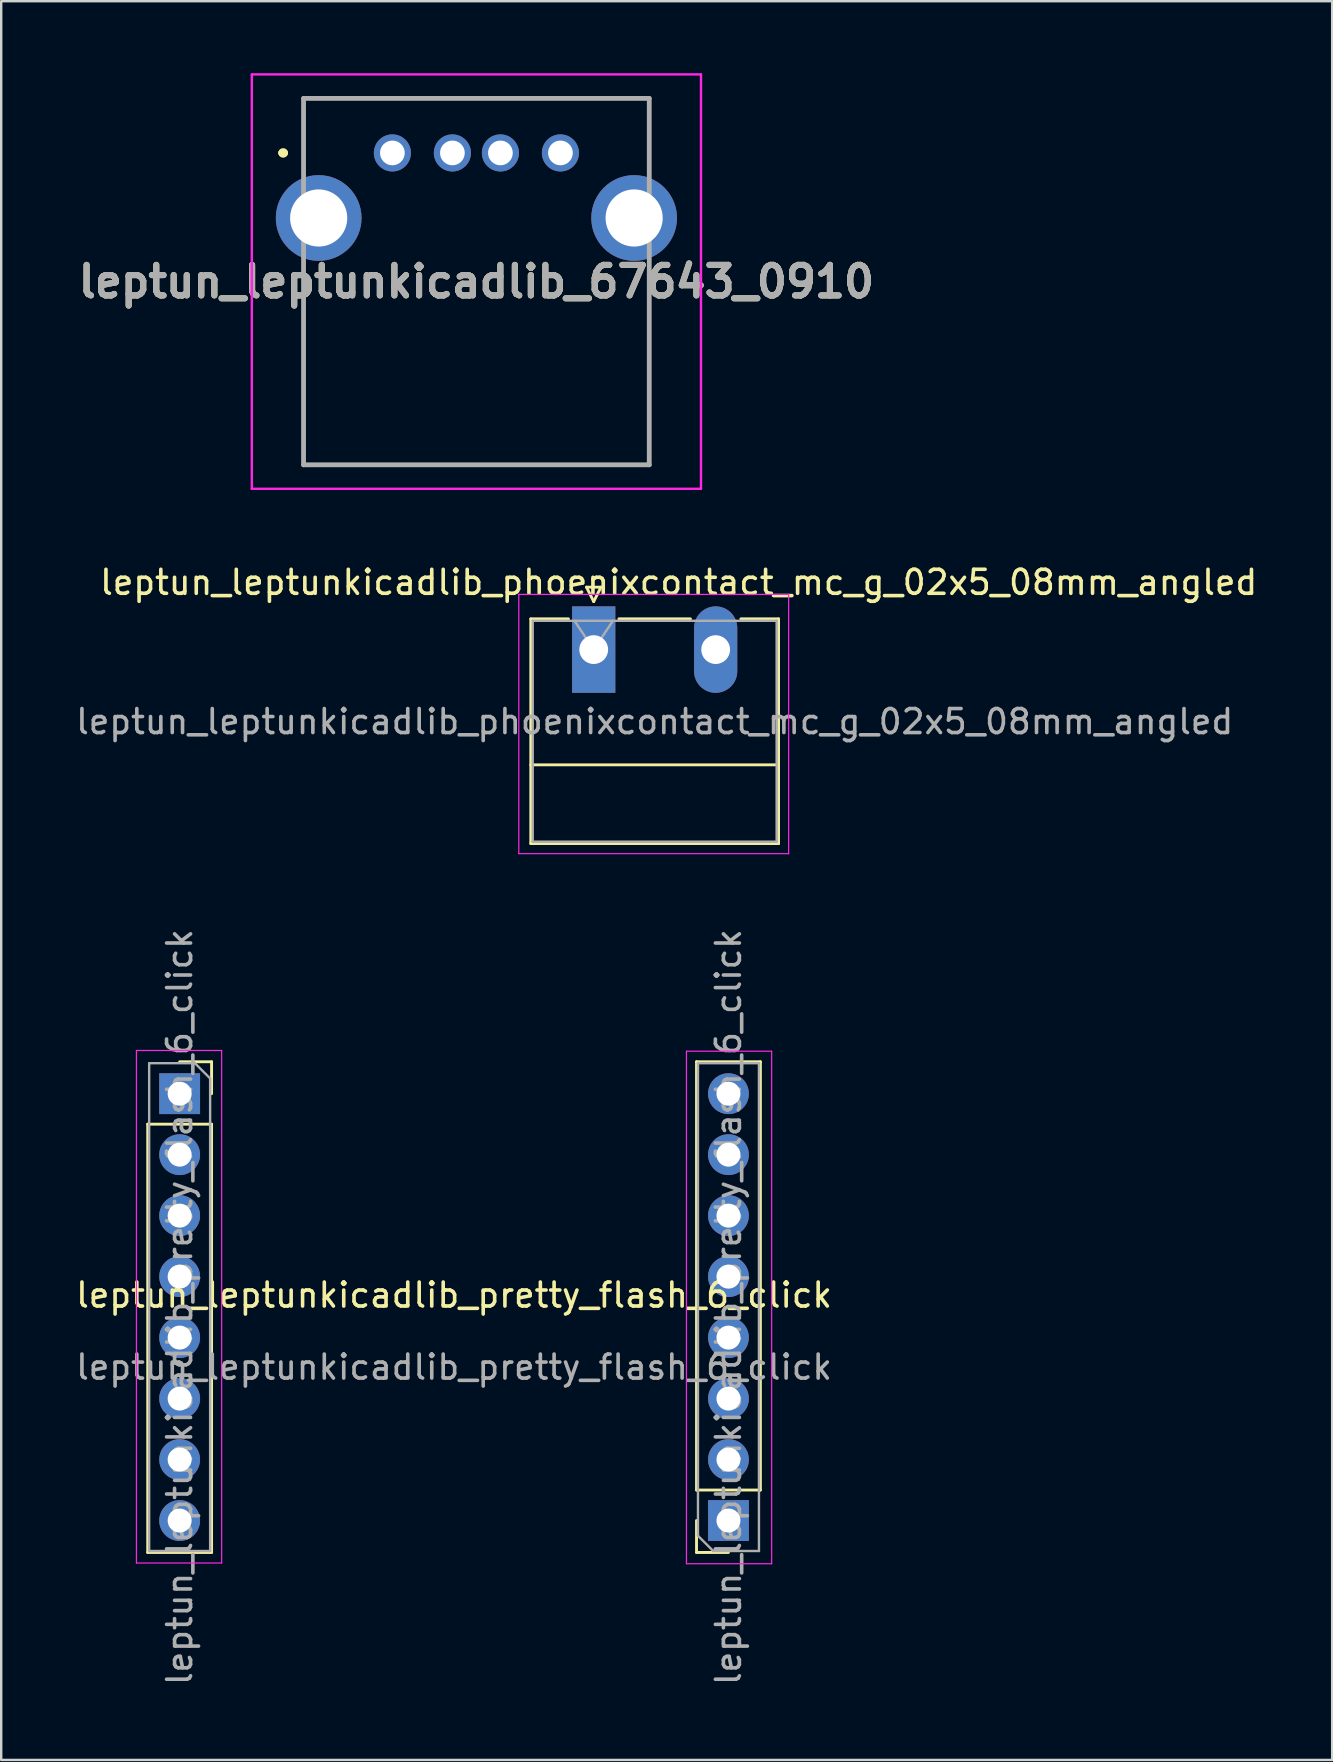
<source format=kicad_pcb>
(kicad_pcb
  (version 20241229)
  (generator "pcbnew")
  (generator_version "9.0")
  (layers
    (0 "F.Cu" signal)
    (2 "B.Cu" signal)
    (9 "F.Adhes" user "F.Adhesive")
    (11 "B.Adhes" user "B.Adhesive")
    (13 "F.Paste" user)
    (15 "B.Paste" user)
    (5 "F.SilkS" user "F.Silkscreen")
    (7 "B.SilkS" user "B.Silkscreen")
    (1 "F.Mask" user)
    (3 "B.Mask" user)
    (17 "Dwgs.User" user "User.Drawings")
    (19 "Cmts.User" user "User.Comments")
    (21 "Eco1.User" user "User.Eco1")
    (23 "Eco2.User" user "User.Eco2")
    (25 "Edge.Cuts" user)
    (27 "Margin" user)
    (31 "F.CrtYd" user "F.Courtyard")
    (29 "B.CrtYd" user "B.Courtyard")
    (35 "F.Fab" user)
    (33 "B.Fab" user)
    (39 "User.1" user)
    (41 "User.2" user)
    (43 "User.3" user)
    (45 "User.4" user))
  (footprint "leptun_leptunkicadlib_67643_0910"
    (layer "F.Cu")
    (at 13.294 3.32)
    (property "Reference" "leptun_leptunkicadlib_67643_0910" (at 3.5 5.36 0) (layer "F.SilkS") (effects (font (size 1.27 1.27) (thickness 0.254))))
    (attr through_hole)
    (fp_line (start -4.6 0) (end -4.6 0) (stroke (width 0.3) (type solid)) (layer "F.SilkS"))
    (fp_line (start -4.5 0) (end -4.5 0) (stroke (width 0.3) (type solid)) (layer "F.SilkS"))
    (fp_line (start -3.7 -2.27) (end 10.7 -2.27) (stroke (width 0.1) (type solid)) (layer "F.SilkS"))
    (fp_line (start -3.7 0.5) (end -3.7 -2.27) (stroke (width 0.1) (type solid)) (layer "F.SilkS"))
    (fp_line (start -3.7 5) (end -3.7 12.99) (stroke (width 0.1) (type solid)) (layer "F.SilkS"))
    (fp_line (start -3.7 12.99) (end 10.7 12.99) (stroke (width 0.1) (type solid)) (layer "F.SilkS"))
    (fp_line (start 10.7 -2.27) (end 10.7 0.5) (stroke (width 0.1) (type solid)) (layer "F.SilkS"))
    (fp_line (start 10.7 12.99) (end 10.7 5) (stroke (width 0.1) (type solid)) (layer "F.SilkS"))
    (fp_arc (start -4.6 0) (mid -4.55 -0.05) (end -4.5 0) (stroke (width 0.3) (type solid)) (layer "F.SilkS"))
    (fp_arc (start -4.5 0) (mid -4.55 0.05) (end -4.6 0) (stroke (width 0.3) (type solid)) (layer "F.SilkS"))
    (fp_line (start -5.855 -3.27) (end 12.855 -3.27) (stroke (width 0.1) (type solid)) (layer "F.CrtYd"))
    (fp_line (start -5.855 13.99) (end -5.855 -3.27) (stroke (width 0.1) (type solid)) (layer "F.CrtYd"))
    (fp_line (start 12.855 -3.27) (end 12.855 13.99) (stroke (width 0.1) (type solid)) (layer "F.CrtYd"))
    (fp_line (start 12.855 13.99) (end -5.855 13.99) (stroke (width 0.1) (type solid)) (layer "F.CrtYd"))
    (fp_line (start -3.7 -2.27) (end 10.7 -2.27) (stroke (width 0.2) (type solid)) (layer "F.Fab"))
    (fp_line (start -3.7 12.99) (end -3.7 -2.27) (stroke (width 0.2) (type solid)) (layer "F.Fab"))
    (fp_line (start 10.7 -2.27) (end 10.7 12.99) (stroke (width 0.2) (type solid)) (layer "F.Fab"))
    (fp_line (start 10.7 12.99) (end -3.7 12.99) (stroke (width 0.2) (type solid)) (layer "F.Fab"))
    (fp_text user "${REFERENCE}" (at 3.5 5.36 0) (layer "F.Fab") (effects (font (size 1.27 1.27) (thickness 0.254))))
    (pad "1" thru_hole circle (at 0 0) (size 1.545 1.545) (drill 1.03) (layers "*.Cu" "*.Mask"))
    (pad "2" thru_hole circle (at 2.5 0) (size 1.545 1.545) (drill 1.03) (layers "*.Cu" "*.Mask"))
    (pad "3" thru_hole circle (at 4.5 0) (size 1.545 1.545) (drill 1.03) (layers "*.Cu" "*.Mask"))
    (pad "4" thru_hole circle (at 7 0) (size 1.545 1.545) (drill 1.03) (layers "*.Cu" "*.Mask"))
    (pad "5" thru_hole circle (at -3.07 2.71) (size 3.57 3.57) (drill 2.38) (layers "*.Cu" "*.Mask"))
    (pad "5" thru_hole circle (at 10.07 2.71) (size 3.57 3.57) (drill 2.38) (layers "*.Cu" "*.Mask")))
  (footprint "leptun_leptunkicadlib_phoenixcontact_mc_g_02x5_08mm_angled"
    (layer "F.Cu")
    (at 21.68 24.008)
    (property "Reference" "leptun_leptunkicadlib_phoenixcontact_mc_g_02x5_08mm_angled" (at 3.54 -2.8 0) (layer "F.SilkS") (effects (font (size 1 1) (thickness 0.15))))
    (attr through_hole)
    (fp_line (start -2.62 -1.28) (end -2.62 8.08) (stroke (width 0.12) (type solid)) (layer "F.SilkS"))
    (fp_line (start -2.62 -1.28) (end -1.05 -1.28) (stroke (width 0.12) (type solid)) (layer "F.SilkS"))
    (fp_line (start -2.62 4.8) (end 7.7 4.8) (stroke (width 0.12) (type solid)) (layer "F.SilkS"))
    (fp_line (start -2.62 8.08) (end 7.7 8.08) (stroke (width 0.12) (type solid)) (layer "F.SilkS"))
    (fp_line (start -0.3 -2.6) (end 0.3 -2.6) (stroke (width 0.12) (type solid)) (layer "F.SilkS"))
    (fp_line (start 0 -2) (end -0.3 -2.6) (stroke (width 0.12) (type solid)) (layer "F.SilkS"))
    (fp_line (start 0.3 -2.6) (end 0 -2) (stroke (width 0.12) (type solid)) (layer "F.SilkS"))
    (fp_line (start 1.05 -1.28) (end 4.03 -1.28) (stroke (width 0.12) (type solid)) (layer "F.SilkS"))
    (fp_line (start 7.7 -1.28) (end 6.13 -1.28) (stroke (width 0.12) (type solid)) (layer "F.SilkS"))
    (fp_line (start 7.7 8.08) (end 7.7 -1.28) (stroke (width 0.12) (type solid)) (layer "F.SilkS"))
    (fp_line (start -3.12 -2.3) (end -3.12 8.5) (stroke (width 0.05) (type solid)) (layer "F.CrtYd"))
    (fp_line (start -3.12 8.5) (end 8.12 8.5) (stroke (width 0.05) (type solid)) (layer "F.CrtYd"))
    (fp_line (start 8.12 -2.3) (end -3.12 -2.3) (stroke (width 0.05) (type solid)) (layer "F.CrtYd"))
    (fp_line (start 8.12 8.5) (end 8.12 -2.3) (stroke (width 0.05) (type solid)) (layer "F.CrtYd"))
    (fp_line (start -2.54 -1.2) (end -2.54 8) (stroke (width 0.1) (type solid)) (layer "F.Fab"))
    (fp_line (start -2.54 8) (end 7.62 8) (stroke (width 0.1) (type solid)) (layer "F.Fab"))
    (fp_line (start 0 0) (end -0.8 -1.2) (stroke (width 0.1) (type solid)) (layer "F.Fab"))
    (fp_line (start 0.8 -1.2) (end 0 0) (stroke (width 0.1) (type solid)) (layer "F.Fab"))
    (fp_line (start 7.62 -1.2) (end -2.54 -1.2) (stroke (width 0.1) (type solid)) (layer "F.Fab"))
    (fp_line (start 7.62 8) (end 7.62 -1.2) (stroke (width 0.1) (type solid)) (layer "F.Fab"))
    (fp_text user "${REFERENCE}" (at 2.54 3 0) (layer "F.Fab") (effects (font (size 1 1) (thickness 0.15))))
    (pad "1" thru_hole rect (at 0 0) (size 1.8 3.6) (drill 1.2) (layers "*.Cu" "*.Mask"))
    (pad "2" thru_hole oval (at 5.08 0) (size 1.8 3.6) (drill 1.2) (layers "*.Cu" "*.Mask")))
  (footprint "leptun_leptunkicadlib_pretty_flash_6_click"
    (layer "F.Cu")
    (at 15.863 51.396)
    (property "Reference" "leptun_leptunkicadlib_pretty_flash_6_click" (at 0 -0.5 0) (unlocked yes) (layer "F.SilkS") (effects (font (size 1 1) (thickness 0.15))))
    (attr through_hole)
    (fp_line (start -12.76 -7.62) (end -12.76 10.22) (stroke (width 0.12) (type solid)) (layer "F.SilkS"))
    (fp_line (start -12.76 -7.62) (end -10.1 -7.62) (stroke (width 0.12) (type solid)) (layer "F.SilkS"))
    (fp_line (start -12.76 10.22) (end -10.1 10.22) (stroke (width 0.12) (type solid)) (layer "F.SilkS"))
    (fp_line (start -11.43 -10.22) (end -10.1 -10.22) (stroke (width 0.12) (type solid)) (layer "F.SilkS"))
    (fp_line (start -10.1 -10.22) (end -10.1 -8.89) (stroke (width 0.12) (type solid)) (layer "F.SilkS"))
    (fp_line (start -10.1 -7.62) (end -10.1 10.22) (stroke (width 0.12) (type solid)) (layer "F.SilkS"))
    (fp_line (start 10.1 7.62) (end 10.1 -10.22) (stroke (width 0.12) (type solid)) (layer "F.SilkS"))
    (fp_line (start 10.1 10.22) (end 10.1 8.89) (stroke (width 0.12) (type solid)) (layer "F.SilkS"))
    (fp_line (start 11.43 10.22) (end 10.1 10.22) (stroke (width 0.12) (type solid)) (layer "F.SilkS"))
    (fp_line (start 12.76 -10.22) (end 10.1 -10.22) (stroke (width 0.12) (type solid)) (layer "F.SilkS"))
    (fp_line (start 12.76 7.62) (end 10.1 7.62) (stroke (width 0.12) (type solid)) (layer "F.SilkS"))
    (fp_line (start 12.76 7.62) (end 12.76 -10.22) (stroke (width 0.12) (type solid)) (layer "F.SilkS"))
    (fp_line (start -13.23 -10.69) (end -9.68 -10.69) (stroke (width 0.05) (type solid)) (layer "F.CrtYd"))
    (fp_line (start -13.23 10.66) (end -13.23 -10.69) (stroke (width 0.05) (type solid)) (layer "F.CrtYd"))
    (fp_line (start -9.68 -10.69) (end -9.68 10.66) (stroke (width 0.05) (type solid)) (layer "F.CrtYd"))
    (fp_line (start -9.68 10.66) (end -13.23 10.66) (stroke (width 0.05) (type solid)) (layer "F.CrtYd"))
    (fp_line (start 9.68 -10.66) (end 13.23 -10.66) (stroke (width 0.05) (type solid)) (layer "F.CrtYd"))
    (fp_line (start 9.68 10.69) (end 9.68 -10.66) (stroke (width 0.05) (type solid)) (layer "F.CrtYd"))
    (fp_line (start 13.23 -10.66) (end 13.23 10.69) (stroke (width 0.05) (type solid)) (layer "F.CrtYd"))
    (fp_line (start 13.23 10.69) (end 9.68 10.69) (stroke (width 0.05) (type solid)) (layer "F.CrtYd"))
    (fp_line (start -12.7 -10.16) (end -10.795 -10.16) (stroke (width 0.1) (type solid)) (layer "F.Fab"))
    (fp_line (start -12.7 10.16) (end -12.7 -10.16) (stroke (width 0.1) (type solid)) (layer "F.Fab"))
    (fp_line (start -10.795 -10.16) (end -10.16 -9.525) (stroke (width 0.1) (type solid)) (layer "F.Fab"))
    (fp_line (start -10.16 -9.525) (end -10.16 10.16) (stroke (width 0.1) (type solid)) (layer "F.Fab"))
    (fp_line (start -10.16 10.16) (end -12.7 10.16) (stroke (width 0.1) (type solid)) (layer "F.Fab"))
    (fp_line (start 10.16 -10.16) (end 12.7 -10.16) (stroke (width 0.1) (type solid)) (layer "F.Fab"))
    (fp_line (start 10.16 9.525) (end 10.16 -10.16) (stroke (width 0.1) (type solid)) (layer "F.Fab"))
    (fp_line (start 10.795 10.16) (end 10.16 9.525) (stroke (width 0.1) (type solid)) (layer "F.Fab"))
    (fp_line (start 12.7 -10.16) (end 12.7 10.16) (stroke (width 0.1) (type solid)) (layer "F.Fab"))
    (fp_line (start 12.7 10.16) (end 10.795 10.16) (stroke (width 0.1) (type solid)) (layer "F.Fab"))
    (fp_text user "${REFERENCE}" (at 11.43 0 270) (layer "F.Fab") (effects (font (size 1 1) (thickness 0.15))))
    (fp_text user "${REFERENCE}" (at 0 2.5 0) (unlocked yes) (layer "F.Fab") (effects (font (size 1 1) (thickness 0.15))))
    (fp_text user "${REFERENCE}" (at -11.43 0 90) (layer "F.Fab") (effects (font (size 1 1) (thickness 0.15))))
    (pad "1" thru_hole rect (at -11.43 -8.89) (size 1.7 1.7) (drill 1) (layers "*.Cu" "*.Mask"))
    (pad "2" thru_hole oval (at -11.43 -6.35) (size 1.7 1.7) (drill 1) (layers "*.Cu" "*.Mask"))
    (pad "3" thru_hole oval (at -11.43 -3.81) (size 1.7 1.7) (drill 1) (layers "*.Cu" "*.Mask"))
    (pad "4" thru_hole oval (at -11.43 -1.27) (size 1.7 1.7) (drill 1) (layers "*.Cu" "*.Mask"))
    (pad "5" thru_hole oval (at -11.43 1.27) (size 1.7 1.7) (drill 1) (layers "*.Cu" "*.Mask"))
    (pad "6" thru_hole oval (at -11.43 3.81) (size 1.7 1.7) (drill 1) (layers "*.Cu" "*.Mask"))
    (pad "7" thru_hole oval (at -11.43 6.35) (size 1.7 1.7) (drill 1) (layers "*.Cu" "*.Mask"))
    (pad "8" thru_hole oval (at -11.43 8.89) (size 1.7 1.7) (drill 1) (layers "*.Cu" "*.Mask"))
    (pad "9" thru_hole rect (at 11.43 8.89 180) (size 1.7 1.7) (drill 1) (layers "*.Cu" "*.Mask"))
    (pad "10" thru_hole oval (at 11.43 6.35 180) (size 1.7 1.7) (drill 1) (layers "*.Cu" "*.Mask"))
    (pad "11" thru_hole oval (at 11.43 3.81 180) (size 1.7 1.7) (drill 1) (layers "*.Cu" "*.Mask"))
    (pad "12" thru_hole oval (at 11.43 1.27 180) (size 1.7 1.7) (drill 1) (layers "*.Cu" "*.Mask"))
    (pad "13" thru_hole oval (at 11.43 -1.27 180) (size 1.7 1.7) (drill 1) (layers "*.Cu" "*.Mask"))
    (pad "14" thru_hole oval (at 11.43 -3.81 180) (size 1.7 1.7) (drill 1) (layers "*.Cu" "*.Mask"))
    (pad "15" thru_hole oval (at 11.43 -6.35 180) (size 1.7 1.7) (drill 1) (layers "*.Cu" "*.Mask"))
    (pad "16" thru_hole oval (at 11.43 -8.89 180) (size 1.7 1.7) (drill 1) (layers "*.Cu" "*.Mask")))
  (gr_rect
    (start -3 -3)
    (end 52.44 70.259)
    (stroke (width 0.1) (type default))
    (fill no)
    (layer "Edge.Cuts")))
</source>
